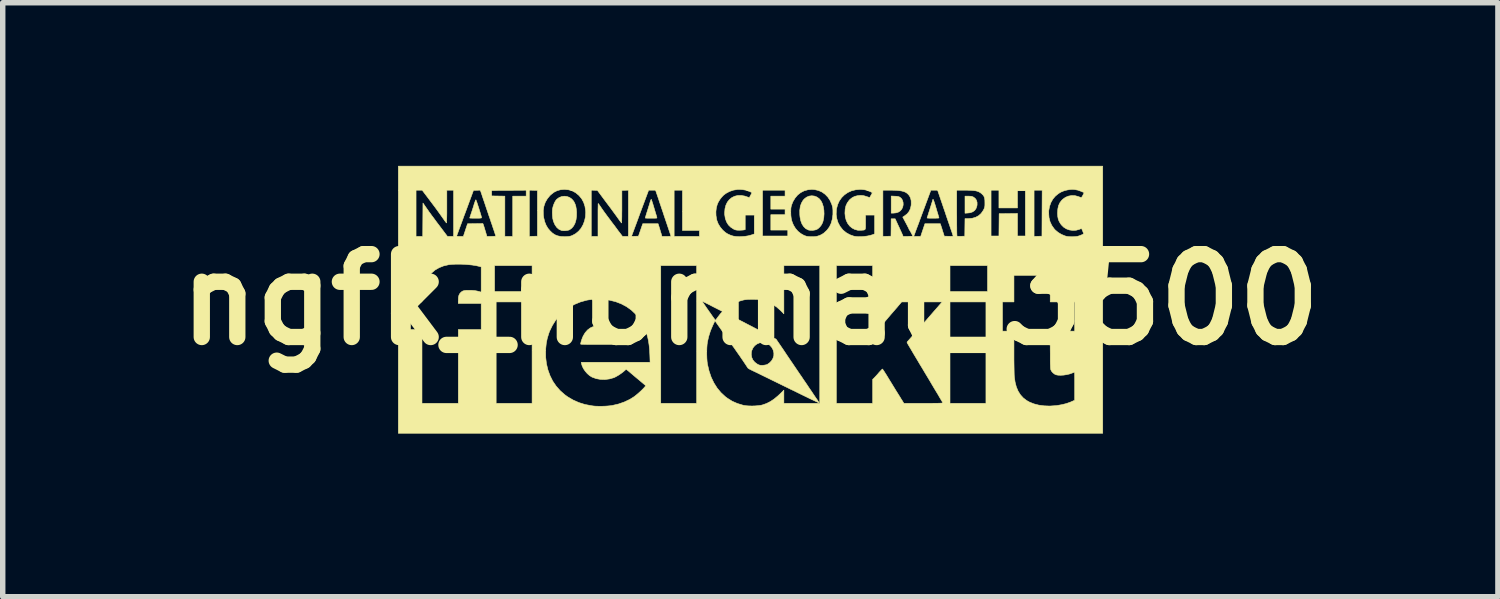
<source format=kicad_pcb>
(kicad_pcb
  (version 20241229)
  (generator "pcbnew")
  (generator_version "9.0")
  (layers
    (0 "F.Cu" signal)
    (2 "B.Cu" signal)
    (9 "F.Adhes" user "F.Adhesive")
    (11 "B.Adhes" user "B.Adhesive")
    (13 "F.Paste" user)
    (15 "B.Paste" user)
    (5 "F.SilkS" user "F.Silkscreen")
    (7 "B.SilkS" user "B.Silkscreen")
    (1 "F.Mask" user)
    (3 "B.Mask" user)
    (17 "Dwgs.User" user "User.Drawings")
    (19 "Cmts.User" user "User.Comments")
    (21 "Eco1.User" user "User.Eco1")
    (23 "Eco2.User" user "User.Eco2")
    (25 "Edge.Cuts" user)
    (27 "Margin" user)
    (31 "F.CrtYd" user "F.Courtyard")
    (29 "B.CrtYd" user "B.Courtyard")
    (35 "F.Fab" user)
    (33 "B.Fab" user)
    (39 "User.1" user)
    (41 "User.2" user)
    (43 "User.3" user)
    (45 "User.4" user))
  (footprint "ngfk_normal_3500"
    (layer "F.Cu")
    (at 10.748 2.458)
    (property "Reference" "ngfk_normal_3500" (at 0 0 0) (layer "F.SilkS") (effects (font (size 1.524 1.524) (thickness 0.3))))
    (attr through_hole)
    (fp_poly (pts (xy 4.043 -1.9) (xy 4.069 -1.897) (xy 4.09 -1.89) (xy 4.101 -1.885) (xy 4.135 -1.86) (xy 4.158 -1.827) (xy 4.17 -1.786) (xy 4.17 -1.739) (xy 4.166 -1.717) (xy 4.15 -1.672) (xy 4.125 -1.637) (xy 4.089 -1.612) (xy 4.043 -1.596) (xy 4.001 -1.591) (xy 3.948 -1.587) (xy 3.948 -1.901) (xy 4.008 -1.901) (xy 4.043 -1.9)) (stroke (width 0.01) (type solid)) (fill yes) (layer "F.SilkS"))
    (fp_poly (pts (xy 2.658 -1.9) (xy 2.694 -1.898) (xy 2.719 -1.894) (xy 2.738 -1.888) (xy 2.753 -1.88) (xy 2.781 -1.855) (xy 2.8 -1.821) (xy 2.81 -1.782) (xy 2.811 -1.74) (xy 2.802 -1.699) (xy 2.784 -1.661) (xy 2.757 -1.63) (xy 2.722 -1.607) (xy 2.681 -1.594) (xy 2.632 -1.589) (xy 2.632 -1.589) (xy 2.591 -1.589) (xy 2.591 -1.903) (xy 2.658 -1.9)) (stroke (width 0.01) (type solid)) (fill yes) (layer "F.SilkS"))
    (fp_poly (pts (xy -2.758 0.483) (xy -2.741 0.486) (xy -2.676 0.503) (xy -2.618 0.533) (xy -2.568 0.574) (xy -2.527 0.627) (xy -2.494 0.69) (xy -2.471 0.764) (xy -2.464 0.8) (xy -2.46 0.827) (xy -2.79 0.827) (xy -2.875 0.827) (xy -2.947 0.827) (xy -3.005 0.826) (xy -3.051 0.825) (xy -3.084 0.824) (xy -3.107 0.823) (xy -3.118 0.821) (xy -3.121 0.819) (xy -3.118 0.8) (xy -3.111 0.772) (xy -3.1 0.738) (xy -3.088 0.704) (xy -3.074 0.673) (xy -3.073 0.67) (xy -3.037 0.61) (xy -2.993 0.56) (xy -2.942 0.522) (xy -2.885 0.496) (xy -2.823 0.483) (xy -2.758 0.483)) (stroke (width 0.01) (type solid)) (fill yes) (layer "F.SilkS"))
    (fp_poly (pts (xy -5.044 -1.828) (xy -5.037 -1.81) (xy -5.027 -1.783) (xy -5.016 -1.749) (xy -5.003 -1.71) (xy -4.99 -1.669) (xy -4.977 -1.628) (xy -4.965 -1.589) (xy -4.955 -1.555) (xy -4.947 -1.528) (xy -4.943 -1.509) (xy -4.942 -1.504) (xy -4.946 -1.5) (xy -4.958 -1.498) (xy -4.98 -1.496) (xy -5.014 -1.495) (xy -5.051 -1.495) (xy -5.089 -1.495) (xy -5.121 -1.496) (xy -5.145 -1.497) (xy -5.158 -1.498) (xy -5.16 -1.499) (xy -5.158 -1.507) (xy -5.152 -1.526) (xy -5.143 -1.553) (xy -5.132 -1.586) (xy -5.131 -1.588) (xy -5.117 -1.631) (xy -5.101 -1.68) (xy -5.086 -1.727) (xy -5.079 -1.753) (xy -5.068 -1.784) (xy -5.059 -1.81) (xy -5.052 -1.828) (xy -5.047 -1.834) (xy -5.044 -1.828)) (stroke (width 0.01) (type solid)) (fill yes) (layer "F.SilkS"))
    (fp_poly (pts (xy 1.176 -1.903) (xy 1.222 -1.886) (xy 1.264 -1.857) (xy 1.299 -1.816) (xy 1.299 -1.816) (xy 1.324 -1.766) (xy 1.342 -1.708) (xy 1.353 -1.643) (xy 1.356 -1.575) (xy 1.351 -1.507) (xy 1.338 -1.443) (xy 1.328 -1.412) (xy 1.308 -1.373) (xy 1.28 -1.336) (xy 1.247 -1.305) (xy 1.224 -1.29) (xy 1.192 -1.279) (xy 1.154 -1.273) (xy 1.113 -1.272) (xy 1.078 -1.276) (xy 1.065 -1.28) (xy 1.019 -1.304) (xy 0.981 -1.341) (xy 0.95 -1.389) (xy 0.928 -1.448) (xy 0.914 -1.516) (xy 0.91 -1.559) (xy 0.909 -1.64) (xy 0.919 -1.712) (xy 0.94 -1.773) (xy 0.97 -1.824) (xy 0.991 -1.848) (xy 1.033 -1.881) (xy 1.079 -1.901) (xy 1.128 -1.908) (xy 1.176 -1.903)) (stroke (width 0.01) (type solid)) (fill yes) (layer "F.SilkS"))
    (fp_poly (pts (xy 3.365 -1.837) (xy 3.372 -1.819) (xy 3.382 -1.793) (xy 3.392 -1.762) (xy 3.406 -1.716) (xy 3.42 -1.669) (xy 3.433 -1.624) (xy 3.446 -1.583) (xy 3.456 -1.548) (xy 3.464 -1.521) (xy 3.468 -1.504) (xy 3.469 -1.5) (xy 3.462 -1.498) (xy 3.443 -1.497) (xy 3.415 -1.496) (xy 3.38 -1.495) (xy 3.36 -1.495) (xy 3.322 -1.495) (xy 3.29 -1.496) (xy 3.266 -1.497) (xy 3.253 -1.499) (xy 3.251 -1.499) (xy 3.253 -1.507) (xy 3.259 -1.527) (xy 3.269 -1.556) (xy 3.28 -1.593) (xy 3.294 -1.635) (xy 3.298 -1.648) (xy 3.312 -1.693) (xy 3.325 -1.734) (xy 3.336 -1.771) (xy 3.345 -1.798) (xy 3.349 -1.816) (xy 3.35 -1.817) (xy 3.354 -1.834) (xy 3.36 -1.843) (xy 3.36 -1.843) (xy 3.365 -1.837)) (stroke (width 0.01) (type solid)) (fill yes) (layer "F.SilkS"))
    (fp_poly (pts (xy -3.37 -1.894) (xy -3.324 -1.877) (xy -3.283 -1.848) (xy -3.249 -1.809) (xy -3.241 -1.795) (xy -3.222 -1.755) (xy -3.208 -1.711) (xy -3.2 -1.661) (xy -3.195 -1.61) (xy -3.196 -1.535) (xy -3.205 -1.466) (xy -3.223 -1.405) (xy -3.249 -1.354) (xy -3.283 -1.313) (xy -3.324 -1.283) (xy -3.33 -1.28) (xy -3.357 -1.272) (xy -3.392 -1.267) (xy -3.429 -1.265) (xy -3.462 -1.268) (xy -3.475 -1.271) (xy -3.52 -1.292) (xy -3.559 -1.326) (xy -3.592 -1.373) (xy -3.618 -1.431) (xy -3.624 -1.451) (xy -3.634 -1.495) (xy -3.639 -1.547) (xy -3.641 -1.601) (xy -3.639 -1.652) (xy -3.636 -1.674) (xy -3.626 -1.715) (xy -3.611 -1.757) (xy -3.593 -1.796) (xy -3.573 -1.828) (xy -3.559 -1.844) (xy -3.516 -1.875) (xy -3.468 -1.894) (xy -3.419 -1.9) (xy -3.37 -1.894)) (stroke (width 0.01) (type solid)) (fill yes) (layer "F.SilkS"))
    (fp_poly (pts (xy -1.819 -1.837) (xy -1.812 -1.818) (xy -1.803 -1.79) (xy -1.791 -1.754) (xy -1.779 -1.712) (xy -1.775 -1.7) (xy -1.762 -1.655) (xy -1.749 -1.613) (xy -1.738 -1.576) (xy -1.729 -1.548) (xy -1.724 -1.531) (xy -1.724 -1.53) (xy -1.719 -1.512) (xy -1.718 -1.5) (xy -1.718 -1.499) (xy -1.727 -1.497) (xy -1.746 -1.496) (xy -1.774 -1.496) (xy -1.807 -1.495) (xy -1.841 -1.495) (xy -1.874 -1.495) (xy -1.902 -1.496) (xy -1.922 -1.497) (xy -1.931 -1.498) (xy -1.931 -1.498) (xy -1.93 -1.506) (xy -1.925 -1.525) (xy -1.917 -1.553) (xy -1.906 -1.588) (xy -1.896 -1.62) (xy -1.882 -1.664) (xy -1.869 -1.707) (xy -1.856 -1.746) (xy -1.847 -1.778) (xy -1.843 -1.791) (xy -1.835 -1.816) (xy -1.828 -1.834) (xy -1.823 -1.843) (xy -1.822 -1.843) (xy -1.819 -1.837)) (stroke (width 0.01) (type solid)) (fill yes) (layer "F.SilkS"))
    (fp_poly (pts (xy 6.481 2.46) (xy -6.473 2.46) (xy -6.473 0.044) (xy -6.248 0.044) (xy -6.248 0.552) (xy -6.038 0.552) (xy -6.038 1.909) (xy -5.37 1.909) (xy -5.37 0.552) (xy -4.949 0.552) (xy -4.949 0.073) (xy -5.37 0.073) (xy -5.37 0.044) (xy -4.674 0.044) (xy -4.674 1.909) (xy -4.013 1.909) (xy -4.013 0.937) (xy -3.764 0.937) (xy -3.763 1.062) (xy -3.749 1.181) (xy -3.722 1.294) (xy -3.683 1.401) (xy -3.633 1.501) (xy -3.57 1.593) (xy -3.497 1.676) (xy -3.412 1.751) (xy -3.358 1.79) (xy -3.259 1.848) (xy -3.153 1.895) (xy -3.041 1.93) (xy -2.921 1.953) (xy -2.877 1.959) (xy -2.835 1.962) (xy -2.783 1.963) (xy -2.726 1.963) (xy -2.667 1.961) (xy -2.611 1.957) (xy -2.563 1.952) (xy -2.538 1.948) (xy -2.425 1.922) (xy -2.316 1.884) (xy -2.215 1.836) (xy -2.143 1.791) (xy -2.116 1.771) (xy -2.084 1.745) (xy -2.049 1.715) (xy -2.014 1.683) (xy -1.983 1.653) (xy -1.957 1.626) (xy -1.939 1.605) (xy -1.937 1.603) (xy -1.923 1.584) (xy -2.008 1.512) (xy -2.046 1.48) (xy -2.091 1.443) (xy -2.136 1.405) (xy -2.177 1.37) (xy -2.186 1.363) (xy -2.216 1.337) (xy -2.243 1.314) (xy -2.265 1.297) (xy -2.278 1.287) (xy -2.282 1.285) (xy -2.29 1.289) (xy -2.304 1.301) (xy -2.314 1.31) (xy -2.341 1.333) (xy -2.376 1.359) (xy -2.415 1.386) (xy -2.454 1.409) (xy -2.489 1.428) (xy -2.508 1.437) (xy -2.589 1.46) (xy -2.672 1.471) (xy -2.754 1.469) (xy -2.834 1.455) (xy -2.908 1.428) (xy -2.914 1.425) (xy -2.957 1.398) (xy -2.999 1.361) (xy -3.037 1.317) (xy -3.069 1.27) (xy -3.092 1.222) (xy -3.104 1.181) (xy -3.108 1.154) (xy -1.843 1.154) (xy -1.847 1.032) (xy -1.852 0.931) (xy -1.861 0.841) (xy -1.873 0.76) (xy -1.889 0.686) (xy -1.91 0.615) (xy -1.932 0.557) (xy -1.982 0.45) (xy -2.041 0.353) (xy -2.11 0.268) (xy -2.188 0.194) (xy -2.276 0.131) (xy -2.372 0.08) (xy -2.476 0.04) (xy -2.59 0.012) (xy -2.649 0.002) (xy -2.711 -0.004) (xy -2.781 -0.006) (xy -2.853 -0.005) (xy -2.923 0.000085) (xy -2.985 0.008) (xy -3.015 0.014) (xy -3.128 0.046) (xy -3.234 0.09) (xy -3.333 0.147) (xy -3.424 0.214) (xy -3.506 0.293) (xy -3.579 0.38) (xy -3.64 0.477) (xy -3.691 0.582) (xy -3.707 0.626) (xy -3.734 0.714) (xy -3.752 0.803) (xy -3.762 0.9) (xy -3.764 0.937) (xy -4.013 0.937) (xy -4.013 0.044) (xy -4.674 0.044) (xy -5.37 0.044) (xy -5.37 0.011) (xy -5.368 -0.037) (xy -5.36 -0.074) (xy -5.346 -0.104) (xy -5.328 -0.126) (xy -5.309 -0.143) (xy -5.29 -0.155) (xy -5.266 -0.163) (xy -5.235 -0.168) (xy -5.195 -0.169) (xy -5.167 -0.169) (xy -5.114 -0.168) (xy -5.068 -0.164) (xy -5.023 -0.156) (xy -4.973 -0.143) (xy -4.966 -0.141) (xy -4.949 -0.136) (xy -4.949 -0.368) (xy -4.949 -0.6) (xy -4.995 -0.612) (xy -5.048 -0.624) (xy -5.05 -0.624) (xy -4.703 -0.624) (xy -4.703 -0.145) (xy -4.013 -0.145) (xy -4.013 -0.624) (xy -1.647 -0.624) (xy -1.647 1.909) (xy -0.987 1.909) (xy -0.987 1.015) (xy -0.801 1.015) (xy -0.799 1.079) (xy -0.795 1.137) (xy -0.789 1.185) (xy -0.788 1.19) (xy -0.759 1.314) (xy -0.72 1.429) (xy -0.67 1.533) (xy -0.61 1.628) (xy -0.539 1.713) (xy -0.458 1.788) (xy -0.417 1.818) (xy -0.332 1.871) (xy -0.238 1.912) (xy -0.135 1.943) (xy -0.123 1.946) (xy -0.078 1.953) (xy -0.024 1.957) (xy 0.035 1.958) (xy 0.095 1.956) (xy 0.151 1.951) (xy 0.2 1.944) (xy 0.224 1.938) (xy 0.298 1.912) (xy 0.369 1.876) (xy 0.438 1.83) (xy 0.509 1.771) (xy 0.542 1.74) (xy 0.617 1.667) (xy 0.617 1.909) (xy 1.277 1.909) (xy 1.277 -0.624) (xy 1.582 -0.624) (xy 1.582 1.909) (xy 2.25 1.909) (xy 2.25 1.468) (xy 2.269 1.451) (xy 2.28 1.439) (xy 2.299 1.419) (xy 2.323 1.393) (xy 2.349 1.364) (xy 2.356 1.355) (xy 2.381 1.327) (xy 2.403 1.304) (xy 2.419 1.287) (xy 2.429 1.278) (xy 2.43 1.277) (xy 2.435 1.283) (xy 2.446 1.3) (xy 2.463 1.325) (xy 2.483 1.357) (xy 2.507 1.394) (xy 2.514 1.406) (xy 2.557 1.477) (xy 2.601 1.548) (xy 2.643 1.617) (xy 2.683 1.682) (xy 2.72 1.741) (xy 2.752 1.792) (xy 2.777 1.834) (xy 2.785 1.845) (xy 2.824 1.909) (xy 3.184 1.909) (xy 3.265 1.909) (xy 3.333 1.909) (xy 3.389 1.908) (xy 3.434 1.908) (xy 3.47 1.907) (xy 3.496 1.906) (xy 3.515 1.905) (xy 3.528 1.904) (xy 3.535 1.902) (xy 3.538 1.9) (xy 3.539 1.897) (xy 3.538 1.896) (xy 3.534 1.888) (xy 3.523 1.869) (xy 3.505 1.839) (xy 3.481 1.799) (xy 3.453 1.75) (xy 3.419 1.694) (xy 3.381 1.631) (xy 3.34 1.562) (xy 3.296 1.487) (xy 3.249 1.409) (xy 3.211 1.346) (xy 3.163 1.265) (xy 3.116 1.188) (xy 3.073 1.115) (xy 3.032 1.047) (xy 2.995 0.985) (xy 2.963 0.93) (xy 2.935 0.883) (xy 2.913 0.846) (xy 2.897 0.818) (xy 2.887 0.801) (xy 2.884 0.796) (xy 2.883 0.783) (xy 2.886 0.778) (xy 2.893 0.77) (xy 2.907 0.755) (xy 2.926 0.733) (xy 2.936 0.722) (xy 2.956 0.699) (xy 2.983 0.668) (xy 3.014 0.633) (xy 3.046 0.596) (xy 3.063 0.577) (xy 3.096 0.539) (xy 3.137 0.493) (xy 3.183 0.44) (xy 3.232 0.385) (xy 3.281 0.328) (xy 3.329 0.273) (xy 3.372 0.223) (xy 3.374 0.221) (xy 3.386 0.207) (xy 3.406 0.185) (xy 3.429 0.158) (xy 3.447 0.138) (xy 3.47 0.111) (xy 3.491 0.087) (xy 3.507 0.069) (xy 3.515 0.06) (xy 3.53 0.044) (xy 3.672 0.044) (xy 3.672 1.909) (xy 4.333 1.909) (xy 4.333 0.044) (xy 4.637 0.044) (xy 4.637 0.581) (xy 4.848 0.581) (xy 4.848 0.96) (xy 4.848 1.036) (xy 4.848 1.11) (xy 4.849 1.18) (xy 4.85 1.245) (xy 4.851 1.303) (xy 4.852 1.352) (xy 4.853 1.39) (xy 4.855 1.416) (xy 4.855 1.419) (xy 4.869 1.518) (xy 4.892 1.607) (xy 4.925 1.685) (xy 4.968 1.753) (xy 5.02 1.81) (xy 5.083 1.858) (xy 5.135 1.887) (xy 5.216 1.919) (xy 5.305 1.942) (xy 5.403 1.955) (xy 5.506 1.959) (xy 5.613 1.952) (xy 5.64 1.949) (xy 5.727 1.934) (xy 5.809 1.914) (xy 5.881 1.889) (xy 5.911 1.876) (xy 5.965 1.852) (xy 5.965 1.593) (xy 5.965 1.534) (xy 5.965 1.479) (xy 5.965 1.431) (xy 5.964 1.391) (xy 5.964 1.36) (xy 5.963 1.341) (xy 5.962 1.335) (xy 5.955 1.338) (xy 5.938 1.345) (xy 5.924 1.35) (xy 5.875 1.368) (xy 5.819 1.381) (xy 5.762 1.39) (xy 5.707 1.393) (xy 5.657 1.391) (xy 5.621 1.384) (xy 5.591 1.369) (xy 5.561 1.344) (xy 5.537 1.315) (xy 5.524 1.287) (xy 5.522 1.275) (xy 5.52 1.254) (xy 5.519 1.224) (xy 5.517 1.183) (xy 5.516 1.131) (xy 5.516 1.067) (xy 5.516 0.99) (xy 5.515 0.919) (xy 5.515 0.581) (xy 5.965 0.581) (xy 5.965 0.044) (xy 5.515 0.044) (xy 5.515 -0.443) (xy 4.848 -0.443) (xy 4.848 0.044) (xy 4.637 0.044) (xy 4.333 0.044) (xy 3.672 0.044) (xy 3.53 0.044) (xy 3.156 0.044) (xy 2.783 0.044) (xy 2.72 0.118) (xy 2.696 0.147) (xy 2.673 0.173) (xy 2.656 0.193) (xy 2.645 0.206) (xy 2.644 0.207) (xy 2.634 0.218) (xy 2.618 0.237) (xy 2.596 0.262) (xy 2.571 0.291) (xy 2.563 0.301) (xy 2.536 0.332) (xy 2.512 0.361) (xy 2.492 0.384) (xy 2.478 0.401) (xy 2.476 0.403) (xy 2.464 0.417) (xy 2.444 0.44) (xy 2.417 0.471) (xy 2.384 0.51) (xy 2.345 0.554) (xy 2.303 0.603) (xy 2.269 0.642) (xy 2.25 0.664) (xy 2.25 0.02) (xy 2.25 -0.624) (xy 3.672 -0.624) (xy 3.672 -0.145) (xy 4.362 -0.145) (xy 4.362 -0.624) (xy 3.672 -0.624) (xy 2.25 -0.624) (xy 1.582 -0.624) (xy 1.277 -0.624) (xy 0.617 -0.624) (xy 0.617 0.263) (xy 0.56 0.205) (xy 0.483 0.137) (xy 0.401 0.083) (xy 0.312 0.04) (xy 0.229 0.014) (xy 0.202 0.007) (xy 0.177 0.002) (xy 0.151 -0.001) (xy 0.12 -0.002) (xy 0.082 -0.003) (xy 0.04 -0.003) (xy -0.008 -0.003) (xy -0.045 -0.002) (xy -0.074 0.001) (xy -0.1 0.004) (xy -0.126 0.009) (xy -0.155 0.017) (xy -0.156 0.017) (xy -0.196 0.029) (xy -0.24 0.046) (xy -0.284 0.064) (xy -0.301 0.072) (xy -0.332 0.089) (xy -0.366 0.11) (xy -0.4 0.132) (xy -0.432 0.155) (xy -0.46 0.177) (xy -0.482 0.196) (xy -0.494 0.21) (xy -0.497 0.216) (xy -0.491 0.222) (xy -0.473 0.234) (xy -0.447 0.249) (xy -0.412 0.268) (xy -0.372 0.29) (xy -0.341 0.306) (xy -0.29 0.332) (xy -0.237 0.359) (xy -0.186 0.386) (xy -0.139 0.41) (xy -0.1 0.43) (xy -0.091 0.435) (xy -0.055 0.454) (xy -0.01 0.477) (xy 0.04 0.503) (xy 0.093 0.531) (xy 0.144 0.557) (xy 0.156 0.563) (xy 0.205 0.589) (xy 0.256 0.615) (xy 0.305 0.64) (xy 0.348 0.663) (xy 0.383 0.681) (xy 0.391 0.686) (xy 0.474 0.729) (xy 0.568 0.867) (xy 0.601 0.915) (xy 0.639 0.972) (xy 0.679 1.032) (xy 0.719 1.091) (xy 0.756 1.146) (xy 0.767 1.161) (xy 0.799 1.209) (xy 0.833 1.259) (xy 0.866 1.308) (xy 0.896 1.352) (xy 0.921 1.389) (xy 0.932 1.404) (xy 0.953 1.435) (xy 0.98 1.476) (xy 1.012 1.522) (xy 1.046 1.572) (xy 1.079 1.622) (xy 1.099 1.651) (xy 1.13 1.696) (xy 1.159 1.74) (xy 1.186 1.78) (xy 1.209 1.814) (xy 1.227 1.839) (xy 1.236 1.853) (xy 1.25 1.874) (xy 1.259 1.89) (xy 1.261 1.898) (xy 1.261 1.898) (xy 1.254 1.896) (xy 1.236 1.888) (xy 1.207 1.875) (xy 1.171 1.858) (xy 1.128 1.838) (xy 1.08 1.815) (xy 1.062 1.806) (xy 0.967 1.76) (xy 0.883 1.719) (xy 0.809 1.682) (xy 0.741 1.65) (xy 0.679 1.619) (xy 0.621 1.591) (xy 0.564 1.563) (xy 0.507 1.535) (xy 0.448 1.506) (xy 0.384 1.475) (xy 0.356 1.461) (xy 0.297 1.432) (xy 0.239 1.404) (xy 0.184 1.377) (xy 0.134 1.352) (xy 0.09 1.331) (xy 0.056 1.315) (xy 0.039 1.307) (xy 0.007 1.291) (xy -0.02 1.277) (xy -0.038 1.265) (xy -0.047 1.257) (xy -0.047 1.257) (xy -0.052 1.248) (xy -0.065 1.229) (xy -0.083 1.201) (xy -0.106 1.167) (xy -0.132 1.128) (xy -0.161 1.086) (xy -0.19 1.043) (xy -0.211 1.013) (xy 0.017 1.013) (xy 0.026 1.064) (xy 0.047 1.111) (xy 0.081 1.152) (xy 0.126 1.186) (xy 0.142 1.195) (xy 0.163 1.204) (xy 0.183 1.209) (xy 0.206 1.211) (xy 0.232 1.21) (xy 0.27 1.205) (xy 0.301 1.198) (xy 0.313 1.193) (xy 0.356 1.163) (xy 0.392 1.125) (xy 0.417 1.081) (xy 0.432 1.033) (xy 0.433 0.985) (xy 0.433 0.982) (xy 0.419 0.926) (xy 0.393 0.878) (xy 0.357 0.839) (xy 0.318 0.813) (xy 0.267 0.795) (xy 0.216 0.791) (xy 0.167 0.798) (xy 0.122 0.818) (xy 0.082 0.848) (xy 0.05 0.888) (xy 0.028 0.936) (xy 0.021 0.96) (xy 0.017 1.013) (xy -0.211 1.013) (xy -0.22 1.001) (xy -0.248 0.96) (xy -0.254 0.952) (xy -0.272 0.926) (xy -0.296 0.891) (xy -0.324 0.853) (xy -0.352 0.813) (xy -0.366 0.792) (xy -0.394 0.752) (xy -0.423 0.711) (xy -0.451 0.673) (xy -0.473 0.641) (xy -0.483 0.628) (xy -0.504 0.598) (xy -0.53 0.561) (xy -0.558 0.521) (xy -0.585 0.483) (xy -0.588 0.479) (xy -0.65 0.391) (xy -0.69 0.475) (xy -0.733 0.576) (xy -0.767 0.685) (xy -0.789 0.784) (xy -0.795 0.83) (xy -0.799 0.887) (xy -0.801 0.95) (xy -0.801 1.015) (xy -0.987 1.015) (xy -0.987 0.03) (xy -0.885 0.03) (xy -0.883 0.035) (xy -0.874 0.051) (xy -0.858 0.075) (xy -0.836 0.107) (xy -0.81 0.146) (xy -0.78 0.188) (xy -0.768 0.206) (xy -0.736 0.25) (xy -0.708 0.291) (xy -0.683 0.326) (xy -0.663 0.353) (xy -0.649 0.373) (xy -0.642 0.382) (xy -0.641 0.382) (xy -0.637 0.376) (xy -0.625 0.361) (xy -0.609 0.34) (xy -0.597 0.323) (xy -0.575 0.295) (xy -0.555 0.269) (xy -0.538 0.249) (xy -0.532 0.243) (xy -0.511 0.22) (xy -0.695 0.127) (xy -0.742 0.102) (xy -0.786 0.08) (xy -0.824 0.061) (xy -0.854 0.046) (xy -0.875 0.035) (xy -0.885 0.03) (xy -0.885 0.03) (xy -0.987 0.03) (xy -0.987 -0.624) (xy -1.647 -0.624) (xy -4.013 -0.624) (xy -4.703 -0.624) (xy -5.05 -0.624) (xy -5.113 -0.634) (xy -5.184 -0.641) (xy -5.26 -0.647) (xy -5.336 -0.65) (xy -5.408 -0.65) (xy -5.475 -0.647) (xy -5.532 -0.642) (xy -5.547 -0.64) (xy -5.641 -0.618) (xy -5.724 -0.585) (xy -5.798 -0.542) (xy -5.862 -0.487) (xy -5.916 -0.422) (xy -5.961 -0.346) (xy -5.962 -0.345) (xy -5.986 -0.291) (xy -6.004 -0.237) (xy -6.018 -0.178) (xy -6.027 -0.112) (xy -6.032 -0.06) (xy -6.04 0.044) (xy -6.248 0.044) (xy -6.473 0.044) (xy -6.473 -1.161) (xy -4.064 -1.161) (xy -3.99 -1.163) (xy -3.915 -1.165) (xy -3.915 -1.636) (xy -3.808 -1.636) (xy -3.806 -1.554) (xy -3.799 -1.504) (xy -3.781 -1.43) (xy -3.755 -1.366) (xy -3.722 -1.31) (xy -3.684 -1.265) (xy -3.639 -1.222) (xy -3.593 -1.191) (xy -3.542 -1.171) (xy -3.485 -1.159) (xy -3.418 -1.156) (xy -3.404 -1.156) (xy -3.364 -1.158) (xy -3.335 -1.16) (xy -3.331 -1.161) (xy -2.925 -1.161) (xy -2.801 -1.161) (xy -2.801 -1.464) (xy -2.801 -1.529) (xy -2.801 -1.589) (xy -2.801 -1.642) (xy -2.8 -1.688) (xy -2.799 -1.725) (xy -2.799 -1.751) (xy -2.798 -1.764) (xy -2.797 -1.766) (xy -2.791 -1.76) (xy -2.78 -1.744) (xy -2.764 -1.721) (xy -2.752 -1.704) (xy -2.733 -1.675) (xy -2.711 -1.644) (xy -2.687 -1.61) (xy -2.659 -1.572) (xy -2.626 -1.527) (xy -2.586 -1.474) (xy -2.544 -1.417) (xy -2.517 -1.382) (xy -2.493 -1.351) (xy -2.474 -1.324) (xy -2.459 -1.305) (xy -2.453 -1.296) (xy -2.444 -1.284) (xy -2.429 -1.263) (xy -2.409 -1.238) (xy -2.396 -1.221) (xy -2.351 -1.161) (xy -2.242 -1.161) (xy -2.242 -1.17) (xy -2.183 -1.17) (xy -2.181 -1.165) (xy -2.171 -1.163) (xy -2.151 -1.162) (xy -2.122 -1.163) (xy -2.057 -1.165) (xy -2.017 -1.28) (xy -1.978 -1.394) (xy -1.837 -1.394) (xy -1.696 -1.394) (xy -1.671 -1.316) (xy -1.66 -1.279) (xy -1.65 -1.244) (xy -1.64 -1.214) (xy -1.636 -1.199) (xy -1.625 -1.161) (xy -1.542 -1.161) (xy -1.509 -1.161) (xy -1.482 -1.162) (xy -1.465 -1.162) (xy -1.459 -1.163) (xy -1.461 -1.17) (xy -1.467 -1.189) (xy -1.477 -1.22) (xy -1.49 -1.259) (xy -1.506 -1.307) (xy -1.524 -1.361) (xy -1.544 -1.42) (xy -1.565 -1.482) (xy -1.587 -1.547) (xy -1.608 -1.612) (xy -1.63 -1.676) (xy -1.651 -1.739) (xy -1.671 -1.797) (xy -1.688 -1.85) (xy -1.704 -1.897) (xy -1.717 -1.935) (xy -1.727 -1.964) (xy -1.733 -1.982) (xy -1.735 -1.987) (xy -1.743 -2.01) (xy -1.401 -2.01) (xy -1.401 -1.161) (xy -0.936 -1.161) (xy -0.936 -1.27) (xy -1.248 -1.27) (xy -1.248 -1.616) (xy -0.633 -1.616) (xy -0.631 -1.545) (xy -0.62 -1.476) (xy -0.614 -1.452) (xy -0.589 -1.389) (xy -0.552 -1.33) (xy -0.507 -1.276) (xy -0.456 -1.231) (xy -0.416 -1.206) (xy -0.365 -1.183) (xy -0.316 -1.167) (xy -0.263 -1.159) (xy -0.202 -1.156) (xy -0.174 -1.157) (xy -0.098 -1.162) (xy -0.036 -1.172) (xy -0.025 -1.175) (xy 0.005 -1.183) (xy 0.031 -1.191) (xy 0.05 -1.197) (xy 0.053 -1.198) (xy 0.073 -1.206) (xy 0.073 -1.553) (xy -0.094 -1.553) (xy -0.094 -1.285) (xy -0.122 -1.279) (xy -0.142 -1.277) (xy -0.172 -1.275) (xy -0.203 -1.274) (xy -0.207 -1.274) (xy -0.24 -1.275) (xy -0.266 -1.279) (xy -0.288 -1.286) (xy -0.305 -1.294) (xy -0.359 -1.329) (xy -0.404 -1.373) (xy -0.437 -1.427) (xy -0.46 -1.49) (xy -0.471 -1.56) (xy -0.472 -1.597) (xy -0.466 -1.67) (xy -0.449 -1.735) (xy -0.422 -1.791) (xy -0.385 -1.837) (xy -0.34 -1.874) (xy -0.289 -1.899) (xy -0.231 -1.913) (xy -0.168 -1.914) (xy -0.101 -1.902) (xy -0.069 -1.891) (xy -0.045 -1.883) (xy -0.027 -1.877) (xy -0.018 -1.874) (xy -0.018 -1.874) (xy -0.012 -1.884) (xy -0.003 -1.901) (xy 0.008 -1.922) (xy 0.019 -1.942) (xy 0.026 -1.957) (xy 0.029 -1.964) (xy 0.023 -1.969) (xy 0.007 -1.977) (xy -0.009 -1.985) (xy -0.081 -2.01) (xy 0.225 -2.01) (xy 0.225 -1.168) (xy 0.689 -1.168) (xy 0.689 -1.277) (xy 0.377 -1.277) (xy 0.377 -1.56) (xy 0.639 -1.56) (xy 0.639 -1.61) (xy 0.744 -1.61) (xy 0.744 -1.604) (xy 0.746 -1.545) (xy 0.752 -1.494) (xy 0.762 -1.449) (xy 0.779 -1.402) (xy 0.795 -1.366) (xy 0.831 -1.307) (xy 0.876 -1.255) (xy 0.93 -1.212) (xy 0.988 -1.179) (xy 1.03 -1.164) (xy 1.062 -1.159) (xy 1.102 -1.156) (xy 1.146 -1.155) (xy 1.188 -1.157) (xy 1.223 -1.162) (xy 1.23 -1.164) (xy 1.275 -1.178) (xy 1.312 -1.196) (xy 1.349 -1.219) (xy 1.357 -1.226) (xy 1.411 -1.276) (xy 1.455 -1.335) (xy 1.487 -1.403) (xy 1.508 -1.48) (xy 1.519 -1.565) (xy 1.519 -1.568) (xy 1.579 -1.568) (xy 1.59 -1.489) (xy 1.613 -1.415) (xy 1.649 -1.347) (xy 1.697 -1.286) (xy 1.706 -1.276) (xy 1.765 -1.228) (xy 1.832 -1.191) (xy 1.905 -1.165) (xy 1.943 -1.159) (xy 1.99 -1.156) (xy 2.042 -1.157) (xy 2.096 -1.16) (xy 2.099 -1.161) (xy 2.438 -1.161) (xy 2.513 -1.163) (xy 2.587 -1.165) (xy 2.589 -1.324) (xy 2.59 -1.484) (xy 2.664 -1.484) (xy 2.702 -1.401) (xy 2.72 -1.362) (xy 2.739 -1.322) (xy 2.755 -1.286) (xy 2.766 -1.263) (xy 2.779 -1.234) (xy 2.791 -1.207) (xy 2.8 -1.187) (xy 2.801 -1.185) (xy 2.81 -1.161) (xy 2.901 -1.161) (xy 3.005 -1.161) (xy 3.133 -1.161) (xy 3.211 -1.394) (xy 3.353 -1.394) (xy 3.494 -1.394) (xy 3.511 -1.341) (xy 3.522 -1.308) (xy 3.534 -1.268) (xy 3.546 -1.23) (xy 3.548 -1.226) (xy 3.567 -1.165) (xy 3.649 -1.163) (xy 3.681 -1.162) (xy 3.707 -1.163) (xy 3.725 -1.164) (xy 3.73 -1.166) (xy 3.728 -1.173) (xy 3.722 -1.193) (xy 3.712 -1.224) (xy 3.699 -1.262) (xy 3.683 -1.308) (xy 3.666 -1.359) (xy 3.657 -1.385) (xy 3.634 -1.452) (xy 3.608 -1.528) (xy 3.587 -1.591) (xy 3.795 -1.591) (xy 3.796 -1.514) (xy 3.796 -1.441) (xy 3.796 -1.375) (xy 3.797 -1.315) (xy 3.797 -1.263) (xy 3.798 -1.221) (xy 3.799 -1.19) (xy 3.8 -1.171) (xy 3.801 -1.166) (xy 3.81 -1.164) (xy 3.83 -1.163) (xy 3.857 -1.162) (xy 3.875 -1.163) (xy 3.944 -1.165) (xy 3.948 -1.488) (xy 4.009 -1.488) (xy 4.08 -1.494) (xy 4.143 -1.512) (xy 4.198 -1.541) (xy 4.245 -1.583) (xy 4.282 -1.636) (xy 4.295 -1.66) (xy 4.304 -1.681) (xy 4.309 -1.699) (xy 4.313 -1.72) (xy 4.314 -1.747) (xy 4.314 -1.782) (xy 4.313 -1.829) (xy 4.308 -1.865) (xy 4.298 -1.894) (xy 4.281 -1.919) (xy 4.258 -1.942) (xy 4.257 -1.944) (xy 4.232 -1.963) (xy 4.207 -1.978) (xy 4.178 -1.99) (xy 4.144 -1.999) (xy 4.102 -2.004) (xy 4.052 -2.008) (xy 3.99 -2.01) (xy 3.942 -2.01) (xy 3.795 -2.01) (xy 4.427 -2.01) (xy 4.427 -1.168) (xy 4.572 -1.168) (xy 4.574 -1.373) (xy 4.576 -1.578) (xy 4.744 -1.58) (xy 4.913 -1.582) (xy 4.913 -1.168) (xy 5.058 -1.168) (xy 5.058 -2.003) (xy 4.913 -2.003) (xy 4.913 -1.684) (xy 4.572 -1.684) (xy 4.572 -2.01) (xy 5.218 -2.01) (xy 5.218 -1.161) (xy 5.291 -1.163) (xy 5.363 -1.165) (xy 5.365 -1.59) (xy 5.487 -1.59) (xy 5.493 -1.507) (xy 5.512 -1.431) (xy 5.544 -1.362) (xy 5.588 -1.3) (xy 5.609 -1.277) (xy 5.662 -1.233) (xy 5.722 -1.197) (xy 5.785 -1.171) (xy 5.807 -1.164) (xy 5.844 -1.158) (xy 5.889 -1.155) (xy 5.937 -1.155) (xy 5.982 -1.158) (xy 6.02 -1.163) (xy 6.026 -1.165) (xy 6.05 -1.172) (xy 6.078 -1.183) (xy 6.104 -1.194) (xy 6.124 -1.204) (xy 6.13 -1.208) (xy 6.129 -1.215) (xy 6.123 -1.23) (xy 6.115 -1.251) (xy 6.106 -1.273) (xy 6.098 -1.292) (xy 6.092 -1.304) (xy 6.092 -1.305) (xy 6.085 -1.303) (xy 6.069 -1.298) (xy 6.052 -1.291) (xy 5.991 -1.274) (xy 5.929 -1.271) (xy 5.869 -1.279) (xy 5.813 -1.299) (xy 5.762 -1.331) (xy 5.72 -1.373) (xy 5.703 -1.396) (xy 5.679 -1.437) (xy 5.663 -1.478) (xy 5.654 -1.523) (xy 5.65 -1.575) (xy 5.65 -1.597) (xy 5.655 -1.666) (xy 5.668 -1.726) (xy 5.691 -1.777) (xy 5.725 -1.823) (xy 5.749 -1.846) (xy 5.797 -1.88) (xy 5.851 -1.902) (xy 5.91 -1.912) (xy 5.97 -1.91) (xy 6.027 -1.895) (xy 6.052 -1.886) (xy 6.072 -1.878) (xy 6.082 -1.875) (xy 6.09 -1.878) (xy 6.102 -1.893) (xy 6.116 -1.918) (xy 6.139 -1.965) (xy 6.09 -1.987) (xy 6.025 -2.011) (xy 5.961 -2.023) (xy 5.92 -2.025) (xy 5.875 -2.022) (xy 5.826 -2.014) (xy 5.781 -2.003) (xy 5.751 -1.992) (xy 5.732 -1.984) (xy 5.719 -1.979) (xy 5.717 -1.978) (xy 5.709 -1.974) (xy 5.692 -1.964) (xy 5.67 -1.95) (xy 5.665 -1.947) (xy 5.609 -1.901) (xy 5.563 -1.846) (xy 5.527 -1.782) (xy 5.502 -1.711) (xy 5.488 -1.634) (xy 5.487 -1.59) (xy 5.365 -1.59) (xy 5.367 -2.01) (xy 5.292 -2.01) (xy 5.218 -2.01) (xy 4.572 -2.01) (xy 4.427 -2.01) (xy 3.795 -2.01) (xy 3.795 -1.591) (xy 3.587 -1.591) (xy 3.582 -1.607) (xy 3.555 -1.684) (xy 3.531 -1.756) (xy 3.514 -1.805) (xy 3.444 -2.01) (xy 3.382 -2.01) (xy 3.32 -2.01) (xy 3.248 -1.816) (xy 3.225 -1.754) (xy 3.2 -1.687) (xy 3.174 -1.617) (xy 3.149 -1.55) (xy 3.127 -1.49) (xy 3.115 -1.459) (xy 3.097 -1.408) (xy 3.078 -1.358) (xy 3.06 -1.311) (xy 3.045 -1.27) (xy 3.033 -1.238) (xy 3.03 -1.228) (xy 3.005 -1.161) (xy 2.901 -1.161) (xy 2.935 -1.162) (xy 2.963 -1.163) (xy 2.981 -1.164) (xy 2.989 -1.166) (xy 2.989 -1.167) (xy 2.978 -1.188) (xy 2.964 -1.214) (xy 2.95 -1.241) (xy 2.937 -1.263) (xy 2.928 -1.277) (xy 2.926 -1.279) (xy 2.919 -1.289) (xy 2.919 -1.292) (xy 2.917 -1.298) (xy 2.909 -1.315) (xy 2.896 -1.34) (xy 2.88 -1.372) (xy 2.863 -1.404) (xy 2.803 -1.516) (xy 2.838 -1.539) (xy 2.886 -1.577) (xy 2.921 -1.621) (xy 2.945 -1.673) (xy 2.958 -1.734) (xy 2.959 -1.76) (xy 2.958 -1.818) (xy 2.947 -1.865) (xy 2.927 -1.906) (xy 2.905 -1.933) (xy 2.881 -1.955) (xy 2.853 -1.973) (xy 2.821 -1.986) (xy 2.782 -1.996) (xy 2.736 -2.003) (xy 2.679 -2.008) (xy 2.61 -2.01) (xy 2.574 -2.01) (xy 2.438 -2.01) (xy 2.438 -1.161) (xy 2.099 -1.161) (xy 2.147 -1.167) (xy 2.188 -1.175) (xy 2.218 -1.183) (xy 2.245 -1.191) (xy 2.264 -1.198) (xy 2.266 -1.199) (xy 2.286 -1.206) (xy 2.286 -1.553) (xy 2.119 -1.553) (xy 2.119 -1.42) (xy 2.119 -1.371) (xy 2.119 -1.336) (xy 2.117 -1.31) (xy 2.113 -1.294) (xy 2.105 -1.284) (xy 2.092 -1.278) (xy 2.073 -1.276) (xy 2.047 -1.274) (xy 2.036 -1.273) (xy 1.976 -1.274) (xy 1.92 -1.289) (xy 1.871 -1.315) (xy 1.827 -1.352) (xy 1.791 -1.399) (xy 1.764 -1.454) (xy 1.747 -1.517) (xy 1.74 -1.586) (xy 1.74 -1.589) (xy 1.744 -1.661) (xy 1.758 -1.723) (xy 1.783 -1.777) (xy 1.818 -1.825) (xy 1.833 -1.841) (xy 1.875 -1.874) (xy 1.921 -1.897) (xy 1.974 -1.91) (xy 2.014 -1.914) (xy 2.046 -1.914) (xy 2.072 -1.912) (xy 2.098 -1.906) (xy 2.131 -1.896) (xy 2.134 -1.895) (xy 2.161 -1.886) (xy 2.182 -1.879) (xy 2.194 -1.875) (xy 2.196 -1.875) (xy 2.215 -1.91) (xy 2.229 -1.934) (xy 2.237 -1.949) (xy 2.241 -1.958) (xy 2.242 -1.963) (xy 2.242 -1.963) (xy 2.236 -1.969) (xy 2.219 -1.978) (xy 2.195 -1.989) (xy 2.167 -1.999) (xy 2.139 -2.009) (xy 2.123 -2.014) (xy 2.094 -2.019) (xy 2.058 -2.023) (xy 2.022 -2.025) (xy 2.018 -2.025) (xy 1.937 -2.018) (xy 1.861 -1.999) (xy 1.793 -1.968) (xy 1.732 -1.926) (xy 1.68 -1.875) (xy 1.637 -1.814) (xy 1.606 -1.746) (xy 1.586 -1.671) (xy 1.583 -1.65) (xy 1.579 -1.568) (xy 1.519 -1.568) (xy 1.519 -1.6) (xy 1.519 -1.64) (xy 1.517 -1.671) (xy 1.514 -1.696) (xy 1.507 -1.721) (xy 1.499 -1.748) (xy 1.467 -1.821) (xy 1.426 -1.883) (xy 1.376 -1.935) (xy 1.319 -1.976) (xy 1.254 -2.005) (xy 1.184 -2.021) (xy 1.132 -2.025) (xy 1.057 -2.018) (xy 0.988 -1.998) (xy 0.926 -1.966) (xy 0.87 -1.922) (xy 0.823 -1.866) (xy 0.784 -1.801) (xy 0.764 -1.751) (xy 0.755 -1.725) (xy 0.75 -1.702) (xy 0.746 -1.678) (xy 0.745 -1.649) (xy 0.744 -1.61) (xy 0.639 -1.61) (xy 0.639 -1.662) (xy 0.377 -1.662) (xy 0.377 -1.901) (xy 0.639 -1.901) (xy 0.639 -2.01) (xy 0.225 -2.01) (xy -0.081 -2.01) (xy -0.082 -2.011) (xy -0.157 -2.023) (xy -0.234 -2.024) (xy -0.309 -2.012) (xy -0.381 -1.988) (xy -0.448 -1.952) (xy -0.492 -1.919) (xy -0.526 -1.883) (xy -0.56 -1.839) (xy -0.589 -1.791) (xy -0.608 -1.748) (xy -0.625 -1.685) (xy -0.633 -1.616) (xy -1.248 -1.616) (xy -1.248 -2.01) (xy -1.401 -2.01) (xy -1.743 -2.01) (xy -1.87 -2.01) (xy -2.025 -1.595) (xy -2.052 -1.521) (xy -2.078 -1.45) (xy -2.102 -1.385) (xy -2.124 -1.327) (xy -2.143 -1.275) (xy -2.159 -1.233) (xy -2.171 -1.2) (xy -2.179 -1.179) (xy -2.183 -1.17) (xy -2.183 -1.17) (xy -2.242 -1.17) (xy -2.242 -2.011) (xy -2.302 -2.009) (xy -2.362 -2.007) (xy -2.362 -1.707) (xy -2.362 -1.643) (xy -2.363 -1.583) (xy -2.363 -1.53) (xy -2.364 -1.484) (xy -2.365 -1.448) (xy -2.366 -1.423) (xy -2.367 -1.409) (xy -2.367 -1.408) (xy -2.373 -1.414) (xy -2.386 -1.429) (xy -2.403 -1.452) (xy -2.423 -1.481) (xy -2.429 -1.489) (xy -2.447 -1.514) (xy -2.472 -1.549) (xy -2.503 -1.591) (xy -2.538 -1.639) (xy -2.576 -1.691) (xy -2.616 -1.744) (xy -2.649 -1.788) (xy -2.812 -2.007) (xy -2.868 -2.009) (xy -2.925 -2.011) (xy -2.925 -1.161) (xy -3.331 -1.161) (xy -3.311 -1.165) (xy -3.288 -1.172) (xy -3.273 -1.178) (xy -3.212 -1.211) (xy -3.158 -1.256) (xy -3.112 -1.31) (xy -3.076 -1.373) (xy -3.049 -1.444) (xy -3.032 -1.52) (xy -3.027 -1.6) (xy -3.029 -1.634) (xy -3.041 -1.714) (xy -3.065 -1.787) (xy -3.101 -1.853) (xy -3.148 -1.91) (xy -3.154 -1.916) (xy -3.212 -1.964) (xy -3.273 -1.997) (xy -3.338 -2.017) (xy -3.408 -2.024) (xy -3.418 -2.025) (xy -3.489 -2.019) (xy -3.552 -2.002) (xy -3.61 -1.973) (xy -3.665 -1.93) (xy -3.684 -1.913) (xy -3.733 -1.853) (xy -3.771 -1.787) (xy -3.796 -1.714) (xy -3.808 -1.636) (xy -3.915 -1.636) (xy -3.915 -2.007) (xy -3.99 -2.009) (xy -4.064 -2.011) (xy -4.064 -1.161) (xy -6.473 -1.161) (xy -6.473 -2.01) (xy -6.147 -2.01) (xy -6.147 -1.161) (xy -6.024 -1.161) (xy -6.022 -1.468) (xy -6.02 -1.774) (xy -5.98 -1.717) (xy -5.959 -1.686) (xy -5.937 -1.655) (xy -5.918 -1.628) (xy -5.914 -1.621) (xy -5.903 -1.606) (xy -5.885 -1.582) (xy -5.861 -1.548) (xy -5.831 -1.509) (xy -5.798 -1.464) (xy -5.762 -1.415) (xy -5.729 -1.372) (xy -5.57 -1.161) (xy -5.457 -1.161) (xy -5.457 -1.17) (xy -5.398 -1.17) (xy -5.395 -1.165) (xy -5.386 -1.162) (xy -5.368 -1.161) (xy -5.339 -1.161) (xy -5.277 -1.161) (xy -5.2 -1.393) (xy -5.059 -1.395) (xy -4.918 -1.397) (xy -4.909 -1.375) (xy -4.904 -1.36) (xy -4.896 -1.335) (xy -4.886 -1.302) (xy -4.875 -1.265) (xy -4.872 -1.257) (xy -4.844 -1.161) (xy -4.763 -1.161) (xy -4.73 -1.162) (xy -4.704 -1.163) (xy -4.686 -1.165) (xy -4.681 -1.167) (xy -4.683 -1.175) (xy -4.69 -1.196) (xy -4.7 -1.227) (xy -4.713 -1.267) (xy -4.73 -1.316) (xy -4.748 -1.371) (xy -4.769 -1.431) (xy -4.783 -1.474) (xy -4.807 -1.542) (xy -4.83 -1.611) (xy -4.853 -1.678) (xy -4.874 -1.741) (xy -4.893 -1.798) (xy -4.91 -1.846) (xy -4.922 -1.883) (xy -4.925 -1.893) (xy -4.964 -2.007) (xy -4.757 -2.007) (xy -4.757 -1.905) (xy -4.636 -1.903) (xy -4.514 -1.901) (xy -4.514 -1.161) (xy -4.369 -1.161) (xy -4.369 -1.901) (xy -4.122 -1.901) (xy -4.122 -2.01) (xy -4.44 -2.008) (xy -4.757 -2.007) (xy -4.964 -2.007) (xy -4.965 -2.011) (xy -5.028 -2.009) (xy -5.091 -2.007) (xy -5.241 -1.6) (xy -5.269 -1.527) (xy -5.294 -1.457) (xy -5.318 -1.392) (xy -5.34 -1.333) (xy -5.359 -1.282) (xy -5.374 -1.24) (xy -5.386 -1.207) (xy -5.394 -1.186) (xy -5.397 -1.177) (xy -5.398 -1.17) (xy -5.457 -1.17) (xy -5.457 -2.01) (xy -5.581 -2.01) (xy -5.581 -1.709) (xy -5.581 -1.645) (xy -5.581 -1.585) (xy -5.582 -1.531) (xy -5.583 -1.485) (xy -5.584 -1.449) (xy -5.585 -1.423) (xy -5.586 -1.41) (xy -5.587 -1.408) (xy -5.593 -1.414) (xy -5.605 -1.429) (xy -5.622 -1.451) (xy -5.635 -1.471) (xy -5.665 -1.513) (xy -5.702 -1.565) (xy -5.745 -1.625) (xy -5.793 -1.691) (xy -5.845 -1.76) (xy -5.899 -1.832) (xy -5.936 -1.881) (xy -6.034 -2.01) (xy -6.147 -2.01) (xy -6.473 -2.01) (xy -6.473 -2.453) (xy 6.481 -2.453) (xy 6.481 2.46)) (stroke (width 0.01) (type solid)) (fill yes) (layer "F.SilkS")))
  (gr_rect
    (start -3 -3)
    (end 24.496 7.923)
    (stroke (width 0.1) (type default))
    (fill no)
    (layer "Edge.Cuts")))
</source>
